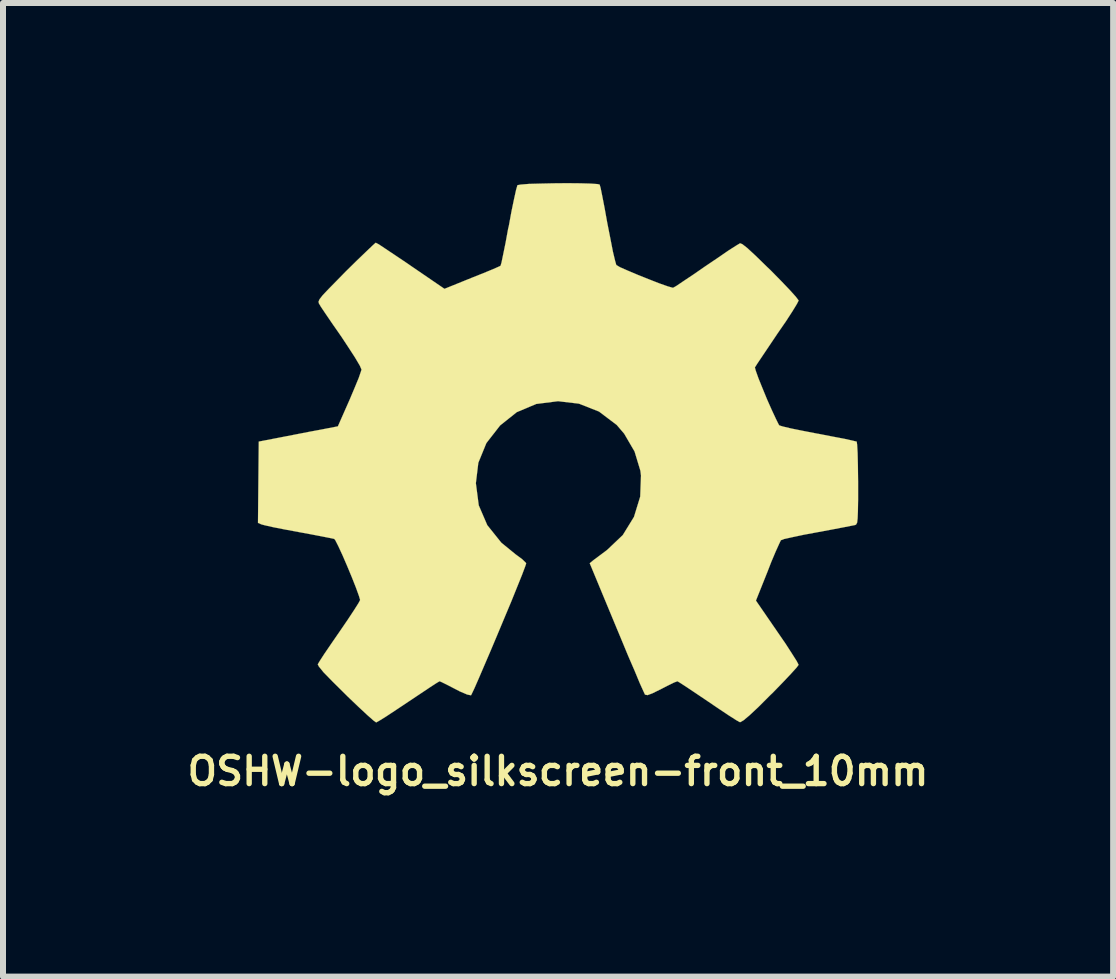
<source format=kicad_pcb>
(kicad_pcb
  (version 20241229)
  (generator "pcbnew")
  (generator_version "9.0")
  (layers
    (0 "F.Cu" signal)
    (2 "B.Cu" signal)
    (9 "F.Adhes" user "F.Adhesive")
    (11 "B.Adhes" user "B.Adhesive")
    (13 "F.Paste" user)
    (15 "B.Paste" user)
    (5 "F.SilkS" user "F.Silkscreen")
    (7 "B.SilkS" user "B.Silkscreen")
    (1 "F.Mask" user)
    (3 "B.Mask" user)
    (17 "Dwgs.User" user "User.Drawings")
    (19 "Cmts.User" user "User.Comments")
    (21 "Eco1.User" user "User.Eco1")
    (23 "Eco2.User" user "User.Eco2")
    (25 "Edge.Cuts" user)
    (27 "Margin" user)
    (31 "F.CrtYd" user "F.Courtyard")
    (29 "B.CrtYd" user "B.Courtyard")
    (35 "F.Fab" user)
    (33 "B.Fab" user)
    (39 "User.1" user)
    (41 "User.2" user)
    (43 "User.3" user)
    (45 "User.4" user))
  (footprint "OSHW-logo_silkscreen-front_10mm"
    (layer "F.Cu")
    (at 6.247 4.495)
    (property "Reference" "OSHW-logo_silkscreen-front_10mm" (at 0 5.304 0) (layer "F.SilkS") (effects (font (size 0.455 0.455) (thickness 0.089))))
    (attr through_hole)
    (fp_poly (pts (xy -3.03 4.491) (xy -2.979 4.463) (xy -2.86 4.389) (xy -2.695 4.28) (xy -2.497 4.148) (xy -2.299 4.016) (xy -2.136 3.907) (xy -2.022 3.833) (xy -1.974 3.805) (xy -1.948 3.815) (xy -1.854 3.861) (xy -1.717 3.932) (xy -1.638 3.973) (xy -1.514 4.026) (xy -1.45 4.039) (xy -1.44 4.021) (xy -1.394 3.924) (xy -1.323 3.762) (xy -1.229 3.543) (xy -1.12 3.289) (xy -1.006 3.018) (xy -0.889 2.738) (xy -0.777 2.471) (xy -0.681 2.233) (xy -0.602 2.037) (xy -0.551 1.902) (xy -0.531 1.844) (xy -0.536 1.831) (xy -0.599 1.77) (xy -0.709 1.689) (xy -0.945 1.496) (xy -1.179 1.204) (xy -1.321 0.874) (xy -1.369 0.505) (xy -1.328 0.165) (xy -1.194 -0.163) (xy -0.965 -0.457) (xy -0.688 -0.678) (xy -0.363 -0.815) (xy 0 -0.861) (xy 0.348 -0.82) (xy 0.683 -0.688) (xy 0.978 -0.465) (xy 1.102 -0.32) (xy 1.275 -0.023) (xy 1.372 0.297) (xy 1.382 0.378) (xy 1.369 0.729) (xy 1.265 1.067) (xy 1.079 1.369) (xy 0.82 1.615) (xy 0.79 1.638) (xy 0.671 1.727) (xy 0.589 1.788) (xy 0.528 1.839) (xy 0.975 2.916) (xy 1.046 3.086) (xy 1.168 3.381) (xy 1.278 3.635) (xy 1.361 3.835) (xy 1.422 3.97) (xy 1.448 4.026) (xy 1.45 4.028) (xy 1.491 4.036) (xy 1.572 4.006) (xy 1.722 3.932) (xy 1.821 3.881) (xy 1.935 3.825) (xy 1.989 3.805) (xy 2.032 3.83) (xy 2.141 3.901) (xy 2.301 4.008) (xy 2.494 4.138) (xy 2.677 4.262) (xy 2.845 4.374) (xy 2.969 4.453) (xy 3.028 4.486) (xy 3.038 4.486) (xy 3.091 4.455) (xy 3.188 4.374) (xy 3.335 4.237) (xy 3.541 4.031) (xy 3.574 4) (xy 3.744 3.825) (xy 3.881 3.68) (xy 3.975 3.576) (xy 4.008 3.531) (xy 3.978 3.472) (xy 3.901 3.35) (xy 3.79 3.178) (xy 3.653 2.979) (xy 3.297 2.461) (xy 3.493 1.971) (xy 3.551 1.821) (xy 3.627 1.641) (xy 3.686 1.511) (xy 3.713 1.455) (xy 3.767 1.435) (xy 3.901 1.405) (xy 4.094 1.364) (xy 4.326 1.321) (xy 4.547 1.28) (xy 4.745 1.242) (xy 4.889 1.214) (xy 4.953 1.201) (xy 4.968 1.191) (xy 4.983 1.161) (xy 4.991 1.092) (xy 4.996 0.973) (xy 4.999 0.782) (xy 4.999 0.505) (xy 4.999 0.475) (xy 4.996 0.213) (xy 4.991 0.003) (xy 4.983 -0.135) (xy 4.976 -0.188) (xy 4.973 -0.188) (xy 4.912 -0.203) (xy 4.773 -0.234) (xy 4.572 -0.272) (xy 4.336 -0.318) (xy 4.321 -0.32) (xy 4.084 -0.366) (xy 3.886 -0.406) (xy 3.747 -0.439) (xy 3.688 -0.457) (xy 3.675 -0.475) (xy 3.63 -0.566) (xy 3.561 -0.714) (xy 3.482 -0.892) (xy 3.406 -1.077) (xy 3.338 -1.245) (xy 3.294 -1.369) (xy 3.279 -1.425) (xy 3.282 -1.427) (xy 3.317 -1.483) (xy 3.399 -1.605) (xy 3.513 -1.775) (xy 3.65 -1.979) (xy 3.66 -1.994) (xy 3.797 -2.192) (xy 3.907 -2.362) (xy 3.98 -2.482) (xy 4.008 -2.537) (xy 4.008 -2.54) (xy 3.962 -2.601) (xy 3.861 -2.713) (xy 3.716 -2.865) (xy 3.541 -3.043) (xy 3.485 -3.096) (xy 3.289 -3.287) (xy 3.155 -3.411) (xy 3.071 -3.477) (xy 3.03 -3.493) (xy 3.03 -3.49) (xy 2.969 -3.454) (xy 2.842 -3.373) (xy 2.672 -3.256) (xy 2.469 -3.119) (xy 2.454 -3.109) (xy 2.256 -2.972) (xy 2.088 -2.86) (xy 1.971 -2.781) (xy 1.918 -2.751) (xy 1.91 -2.751) (xy 1.829 -2.774) (xy 1.687 -2.824) (xy 1.511 -2.893) (xy 1.326 -2.967) (xy 1.158 -3.038) (xy 1.031 -3.094) (xy 0.973 -3.129) (xy 0.97 -3.132) (xy 0.95 -3.203) (xy 0.914 -3.353) (xy 0.874 -3.559) (xy 0.826 -3.802) (xy 0.818 -3.843) (xy 0.775 -4.082) (xy 0.737 -4.277) (xy 0.709 -4.415) (xy 0.693 -4.47) (xy 0.66 -4.478) (xy 0.544 -4.486) (xy 0.366 -4.491) (xy 0.15 -4.493) (xy -0.076 -4.491) (xy -0.297 -4.486) (xy -0.485 -4.481) (xy -0.62 -4.47) (xy -0.676 -4.46) (xy -0.678 -4.455) (xy -0.699 -4.381) (xy -0.732 -4.232) (xy -0.775 -4.026) (xy -0.82 -3.78) (xy -0.831 -3.736) (xy -0.874 -3.5) (xy -0.914 -3.305) (xy -0.942 -3.17) (xy -0.958 -3.117) (xy -0.98 -3.106) (xy -1.077 -3.063) (xy -1.237 -2.997) (xy -1.435 -2.918) (xy -1.892 -2.733) (xy -2.454 -3.117) (xy -2.504 -3.152) (xy -2.708 -3.289) (xy -2.873 -3.399) (xy -2.987 -3.475) (xy -3.035 -3.5) (xy -3.04 -3.5) (xy -3.096 -3.449) (xy -3.205 -3.345) (xy -3.358 -3.198) (xy -3.536 -3.023) (xy -3.665 -2.891) (xy -3.82 -2.733) (xy -3.919 -2.629) (xy -3.973 -2.56) (xy -3.99 -2.52) (xy -3.985 -2.492) (xy -3.95 -2.433) (xy -3.868 -2.311) (xy -3.752 -2.141) (xy -3.614 -1.943) (xy -3.503 -1.775) (xy -3.381 -1.587) (xy -3.302 -1.453) (xy -3.274 -1.387) (xy -3.282 -1.361) (xy -3.32 -1.25) (xy -3.388 -1.085) (xy -3.472 -0.886) (xy -3.668 -0.442) (xy -3.957 -0.386) (xy -4.135 -0.353) (xy -4.381 -0.305) (xy -4.618 -0.259) (xy -4.986 -0.188) (xy -4.999 1.166) (xy -4.943 1.191) (xy -4.887 1.206) (xy -4.75 1.237) (xy -4.557 1.275) (xy -4.326 1.318) (xy -4.13 1.354) (xy -3.932 1.392) (xy -3.79 1.42) (xy -3.729 1.433) (xy -3.711 1.455) (xy -3.663 1.549) (xy -3.592 1.702) (xy -3.513 1.885) (xy -3.434 2.075) (xy -3.365 2.25) (xy -3.317 2.383) (xy -3.297 2.451) (xy -3.325 2.504) (xy -3.399 2.621) (xy -3.508 2.786) (xy -3.642 2.982) (xy -3.777 3.178) (xy -3.891 3.345) (xy -3.97 3.467) (xy -4.003 3.523) (xy -3.985 3.559) (xy -3.907 3.655) (xy -3.759 3.807) (xy -3.538 4.026) (xy -3.503 4.061) (xy -3.327 4.229) (xy -3.18 4.366) (xy -3.076 4.458) (xy -3.03 4.491)) (stroke (width 0.003) (type solid)) (fill yes) (layer "F.SilkS")))
  (gr_rect
    (start -3 -3)
    (end 15.495 13.22)
    (stroke (width 0.1) (type default))
    (fill no)
    (layer "Edge.Cuts")))
</source>
